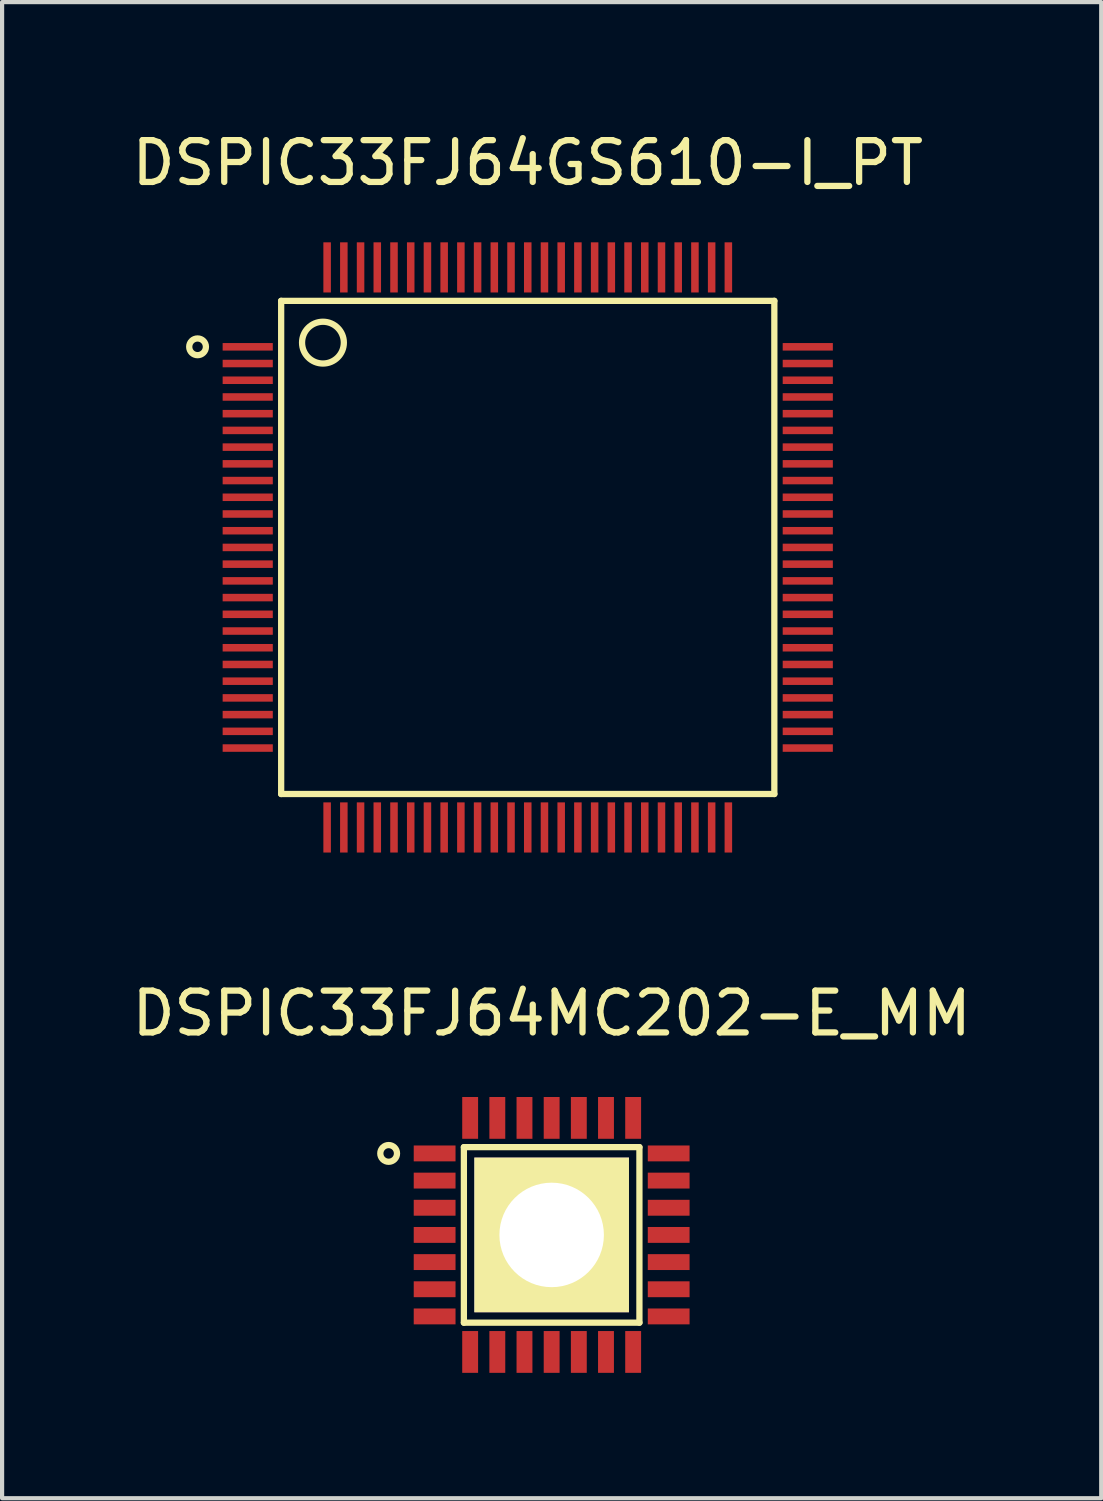
<source format=kicad_pcb>
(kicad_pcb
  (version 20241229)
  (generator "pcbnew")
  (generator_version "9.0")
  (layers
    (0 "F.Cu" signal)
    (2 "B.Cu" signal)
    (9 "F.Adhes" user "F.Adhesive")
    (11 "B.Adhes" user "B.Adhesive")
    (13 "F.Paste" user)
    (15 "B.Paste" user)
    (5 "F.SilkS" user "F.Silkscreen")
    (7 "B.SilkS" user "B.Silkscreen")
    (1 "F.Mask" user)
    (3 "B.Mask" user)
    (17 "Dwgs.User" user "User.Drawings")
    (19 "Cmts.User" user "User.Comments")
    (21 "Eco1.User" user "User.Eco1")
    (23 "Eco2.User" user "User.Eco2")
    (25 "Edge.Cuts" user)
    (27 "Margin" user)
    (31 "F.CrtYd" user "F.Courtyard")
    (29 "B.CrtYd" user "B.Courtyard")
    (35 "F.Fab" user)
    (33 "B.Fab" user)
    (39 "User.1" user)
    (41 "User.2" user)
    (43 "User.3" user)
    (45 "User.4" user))
  (footprint "DSPIC33FJ64MC202-E_MM"
    (layer "F.Cu")
    (at 7.349 23.697)
    (property "Reference" "DSPIC33FJ64MC202-E_MM" (at 2.8 -2.5 0) (layer "F.SilkS") (effects (font (size 1 1) (thickness 0.15))))
    (attr through_hole)
    (fp_line (start 0.7 0.7) (end 0.7 4.9) (stroke (width 0.15) (type solid)) (layer "F.SilkS"))
    (fp_line (start 0.7 0.7) (end 4.9 0.7) (stroke (width 0.15) (type solid)) (layer "F.SilkS"))
    (fp_line (start 0.7 4.9) (end 4.9 4.9) (stroke (width 0.15) (type solid)) (layer "F.SilkS"))
    (fp_line (start 4.9 4.9) (end 4.9 0.7) (stroke (width 0.15) (type solid)) (layer "F.SilkS"))
    (fp_circle (center -1.1 0.85) (end -1.1 0.65) (stroke (width 0.15) (type solid)) (fill no) (layer "F.SilkS"))
    (fp_circle (center 1.7 1.7) (end 1.7 1.2) (stroke (width 0.15) (type solid)) (fill no) (layer "F.SilkS"))
    (pad "1" smd rect (at 0 0.85) (size 1 0.38) (layers "F.Cu" "F.Mask" "F.Paste"))
    (pad "2" smd rect (at 0 1.5) (size 1 0.38) (layers "F.Cu" "F.Mask" "F.Paste"))
    (pad "3" smd rect (at 0 2.15) (size 1 0.38) (layers "F.Cu" "F.Mask" "F.Paste"))
    (pad "4" smd rect (at 0 2.8) (size 1 0.38) (layers "F.Cu" "F.Mask" "F.Paste"))
    (pad "5" smd rect (at 0 3.45) (size 1 0.38) (layers "F.Cu" "F.Mask" "F.Paste"))
    (pad "6" smd rect (at 0 4.1) (size 1 0.38) (layers "F.Cu" "F.Mask" "F.Paste"))
    (pad "7" smd rect (at 0 4.75) (size 1 0.38) (layers "F.Cu" "F.Mask" "F.Paste"))
    (pad "8" smd rect (at 0.85 5.6) (size 0.38 1) (layers "F.Cu" "F.Mask" "F.Paste"))
    (pad "9" smd rect (at 1.5 5.6) (size 0.38 1) (layers "F.Cu" "F.Mask" "F.Paste"))
    (pad "10" smd rect (at 2.15 5.6) (size 0.38 1) (layers "F.Cu" "F.Mask" "F.Paste"))
    (pad "11" smd rect (at 2.8 5.6) (size 0.38 1) (layers "F.Cu" "F.Mask" "F.Paste"))
    (pad "12" smd rect (at 3.45 5.6) (size 0.38 1) (layers "F.Cu" "F.Mask" "F.Paste"))
    (pad "13" smd rect (at 4.1 5.6) (size 0.38 1) (layers "F.Cu" "F.Mask" "F.Paste"))
    (pad "14" smd rect (at 4.75 5.6) (size 0.38 1) (layers "F.Cu" "F.Mask" "F.Paste"))
    (pad "15" smd rect (at 5.6 4.75) (size 1 0.38) (layers "F.Cu" "F.Mask" "F.Paste"))
    (pad "16" smd rect (at 5.6 4.1) (size 1 0.38) (layers "F.Cu" "F.Mask" "F.Paste"))
    (pad "17" smd rect (at 5.6 3.45) (size 1 0.38) (layers "F.Cu" "F.Mask" "F.Paste"))
    (pad "18" smd rect (at 5.6 2.8) (size 1 0.38) (layers "F.Cu" "F.Mask" "F.Paste"))
    (pad "19" smd rect (at 5.6 2.15) (size 1 0.38) (layers "F.Cu" "F.Mask" "F.Paste"))
    (pad "20" smd rect (at 5.6 1.5) (size 1 0.38) (layers "F.Cu" "F.Mask" "F.Paste"))
    (pad "21" smd rect (at 5.6 0.85) (size 1 0.38) (layers "F.Cu" "F.Mask" "F.Paste"))
    (pad "22" smd rect (at 4.75 0) (size 0.38 1) (layers "F.Cu" "F.Mask" "F.Paste"))
    (pad "23" smd rect (at 4.1 0) (size 0.38 1) (layers "F.Cu" "F.Mask" "F.Paste"))
    (pad "24" smd rect (at 3.45 0) (size 0.38 1) (layers "F.Cu" "F.Mask" "F.Paste"))
    (pad "25" smd rect (at 2.8 0) (size 0.38 1) (layers "F.Cu" "F.Mask" "F.Paste"))
    (pad "26" smd rect (at 2.15 0) (size 0.38 1) (layers "F.Cu" "F.Mask" "F.Paste"))
    (pad "27" smd rect (at 1.5 0) (size 0.38 1) (layers "F.Cu" "F.Mask" "F.Paste"))
    (pad "28" smd rect (at 0.85 0) (size 0.38 1) (layers "F.Cu" "F.Mask" "F.Paste"))
    (pad "999" thru_hole rect (at 2.8 2.8) (size 3.7 3.7) (drill 2.5) (layers "*.Cu" "*.Mask" "F.SilkS")))
  (footprint "DSPIC33FJ64GS610-I_PT"
    (layer "F.Cu")
    (at 2.877 3.348)
    (property "Reference" "DSPIC33FJ64GS610-I_PT" (at 6.7 -2.5 0) (layer "F.SilkS") (effects (font (size 1 1) (thickness 0.15))))
    (attr through_hole)
    (fp_line (start 0.8 0.8) (end 0.8 12.6) (stroke (width 0.15) (type solid)) (layer "F.SilkS"))
    (fp_line (start 0.8 0.8) (end 12.6 0.8) (stroke (width 0.15) (type solid)) (layer "F.SilkS"))
    (fp_line (start 0.8 12.6) (end 12.6 12.6) (stroke (width 0.15) (type solid)) (layer "F.SilkS"))
    (fp_line (start 12.6 12.6) (end 12.6 0.8) (stroke (width 0.15) (type solid)) (layer "F.SilkS"))
    (fp_circle (center -1.2 1.9) (end -1.2 1.7) (stroke (width 0.15) (type solid)) (fill no) (layer "F.SilkS"))
    (fp_circle (center 1.8 1.8) (end 1.8 1.3) (stroke (width 0.15) (type solid)) (fill no) (layer "F.SilkS"))
    (pad "1" smd rect (at 0 1.9) (size 1.2 0.18) (layers "F.Cu" "F.Mask" "F.Paste"))
    (pad "2" smd rect (at 0 2.3) (size 1.2 0.18) (layers "F.Cu" "F.Mask" "F.Paste"))
    (pad "3" smd rect (at 0 2.7) (size 1.2 0.18) (layers "F.Cu" "F.Mask" "F.Paste"))
    (pad "4" smd rect (at 0 3.1) (size 1.2 0.18) (layers "F.Cu" "F.Mask" "F.Paste"))
    (pad "5" smd rect (at 0 3.5) (size 1.2 0.18) (layers "F.Cu" "F.Mask" "F.Paste"))
    (pad "6" smd rect (at 0 3.9) (size 1.2 0.18) (layers "F.Cu" "F.Mask" "F.Paste"))
    (pad "7" smd rect (at 0 4.3) (size 1.2 0.18) (layers "F.Cu" "F.Mask" "F.Paste"))
    (pad "8" smd rect (at 0 4.7) (size 1.2 0.18) (layers "F.Cu" "F.Mask" "F.Paste"))
    (pad "9" smd rect (at 0 5.1) (size 1.2 0.18) (layers "F.Cu" "F.Mask" "F.Paste"))
    (pad "10" smd rect (at 0 5.5) (size 1.2 0.18) (layers "F.Cu" "F.Mask" "F.Paste"))
    (pad "11" smd rect (at 0 5.9) (size 1.2 0.18) (layers "F.Cu" "F.Mask" "F.Paste"))
    (pad "12" smd rect (at 0 6.3) (size 1.2 0.18) (layers "F.Cu" "F.Mask" "F.Paste"))
    (pad "13" smd rect (at 0 6.7) (size 1.2 0.18) (layers "F.Cu" "F.Mask" "F.Paste"))
    (pad "14" smd rect (at 0 7.1) (size 1.2 0.18) (layers "F.Cu" "F.Mask" "F.Paste"))
    (pad "15" smd rect (at 0 7.5) (size 1.2 0.18) (layers "F.Cu" "F.Mask" "F.Paste"))
    (pad "16" smd rect (at 0 7.9) (size 1.2 0.18) (layers "F.Cu" "F.Mask" "F.Paste"))
    (pad "17" smd rect (at 0 8.3) (size 1.2 0.18) (layers "F.Cu" "F.Mask" "F.Paste"))
    (pad "18" smd rect (at 0 8.7) (size 1.2 0.18) (layers "F.Cu" "F.Mask" "F.Paste"))
    (pad "19" smd rect (at 0 9.1) (size 1.2 0.18) (layers "F.Cu" "F.Mask" "F.Paste"))
    (pad "20" smd rect (at 0 9.5) (size 1.2 0.18) (layers "F.Cu" "F.Mask" "F.Paste"))
    (pad "21" smd rect (at 0 9.9) (size 1.2 0.18) (layers "F.Cu" "F.Mask" "F.Paste"))
    (pad "22" smd rect (at 0 10.3) (size 1.2 0.18) (layers "F.Cu" "F.Mask" "F.Paste"))
    (pad "23" smd rect (at 0 10.7) (size 1.2 0.18) (layers "F.Cu" "F.Mask" "F.Paste"))
    (pad "24" smd rect (at 0 11.1) (size 1.2 0.18) (layers "F.Cu" "F.Mask" "F.Paste"))
    (pad "25" smd rect (at 0 11.5) (size 1.2 0.18) (layers "F.Cu" "F.Mask" "F.Paste"))
    (pad "26" smd rect (at 1.9 13.4) (size 0.18 1.2) (layers "F.Cu" "F.Mask" "F.Paste"))
    (pad "27" smd rect (at 2.3 13.4) (size 0.18 1.2) (layers "F.Cu" "F.Mask" "F.Paste"))
    (pad "28" smd rect (at 2.7 13.4) (size 0.18 1.2) (layers "F.Cu" "F.Mask" "F.Paste"))
    (pad "29" smd rect (at 3.1 13.4) (size 0.18 1.2) (layers "F.Cu" "F.Mask" "F.Paste"))
    (pad "30" smd rect (at 3.5 13.4) (size 0.18 1.2) (layers "F.Cu" "F.Mask" "F.Paste"))
    (pad "31" smd rect (at 3.9 13.4) (size 0.18 1.2) (layers "F.Cu" "F.Mask" "F.Paste"))
    (pad "32" smd rect (at 4.3 13.4) (size 0.18 1.2) (layers "F.Cu" "F.Mask" "F.Paste"))
    (pad "33" smd rect (at 4.7 13.4) (size 0.18 1.2) (layers "F.Cu" "F.Mask" "F.Paste"))
    (pad "34" smd rect (at 5.1 13.4) (size 0.18 1.2) (layers "F.Cu" "F.Mask" "F.Paste"))
    (pad "35" smd rect (at 5.5 13.4) (size 0.18 1.2) (layers "F.Cu" "F.Mask" "F.Paste"))
    (pad "36" smd rect (at 5.9 13.4) (size 0.18 1.2) (layers "F.Cu" "F.Mask" "F.Paste"))
    (pad "37" smd rect (at 6.3 13.4) (size 0.18 1.2) (layers "F.Cu" "F.Mask" "F.Paste"))
    (pad "38" smd rect (at 6.7 13.4) (size 0.18 1.2) (layers "F.Cu" "F.Mask" "F.Paste"))
    (pad "39" smd rect (at 7.1 13.4) (size 0.18 1.2) (layers "F.Cu" "F.Mask" "F.Paste"))
    (pad "40" smd rect (at 7.5 13.4) (size 0.18 1.2) (layers "F.Cu" "F.Mask" "F.Paste"))
    (pad "41" smd rect (at 7.9 13.4) (size 0.18 1.2) (layers "F.Cu" "F.Mask" "F.Paste"))
    (pad "42" smd rect (at 8.3 13.4) (size 0.18 1.2) (layers "F.Cu" "F.Mask" "F.Paste"))
    (pad "43" smd rect (at 8.7 13.4) (size 0.18 1.2) (layers "F.Cu" "F.Mask" "F.Paste"))
    (pad "44" smd rect (at 9.1 13.4) (size 0.18 1.2) (layers "F.Cu" "F.Mask" "F.Paste"))
    (pad "45" smd rect (at 9.5 13.4) (size 0.18 1.2) (layers "F.Cu" "F.Mask" "F.Paste"))
    (pad "46" smd rect (at 9.9 13.4) (size 0.18 1.2) (layers "F.Cu" "F.Mask" "F.Paste"))
    (pad "47" smd rect (at 10.3 13.4) (size 0.18 1.2) (layers "F.Cu" "F.Mask" "F.Paste"))
    (pad "48" smd rect (at 10.7 13.4) (size 0.18 1.2) (layers "F.Cu" "F.Mask" "F.Paste"))
    (pad "49" smd rect (at 11.1 13.4) (size 0.18 1.2) (layers "F.Cu" "F.Mask" "F.Paste"))
    (pad "50" smd rect (at 11.5 13.4) (size 0.18 1.2) (layers "F.Cu" "F.Mask" "F.Paste"))
    (pad "51" smd rect (at 13.4 11.5) (size 1.2 0.18) (layers "F.Cu" "F.Mask" "F.Paste"))
    (pad "52" smd rect (at 13.4 11.1) (size 1.2 0.18) (layers "F.Cu" "F.Mask" "F.Paste"))
    (pad "53" smd rect (at 13.4 10.7) (size 1.2 0.18) (layers "F.Cu" "F.Mask" "F.Paste"))
    (pad "54" smd rect (at 13.4 10.3) (size 1.2 0.18) (layers "F.Cu" "F.Mask" "F.Paste"))
    (pad "55" smd rect (at 13.4 9.9) (size 1.2 0.18) (layers "F.Cu" "F.Mask" "F.Paste"))
    (pad "56" smd rect (at 13.4 9.5) (size 1.2 0.18) (layers "F.Cu" "F.Mask" "F.Paste"))
    (pad "57" smd rect (at 13.4 9.1) (size 1.2 0.18) (layers "F.Cu" "F.Mask" "F.Paste"))
    (pad "58" smd rect (at 13.4 8.7) (size 1.2 0.18) (layers "F.Cu" "F.Mask" "F.Paste"))
    (pad "59" smd rect (at 13.4 8.3) (size 1.2 0.18) (layers "F.Cu" "F.Mask" "F.Paste"))
    (pad "60" smd rect (at 13.4 7.9) (size 1.2 0.18) (layers "F.Cu" "F.Mask" "F.Paste"))
    (pad "61" smd rect (at 13.4 7.5) (size 1.2 0.18) (layers "F.Cu" "F.Mask" "F.Paste"))
    (pad "62" smd rect (at 13.4 7.1) (size 1.2 0.18) (layers "F.Cu" "F.Mask" "F.Paste"))
    (pad "63" smd rect (at 13.4 6.7) (size 1.2 0.18) (layers "F.Cu" "F.Mask" "F.Paste"))
    (pad "64" smd rect (at 13.4 6.3) (size 1.2 0.18) (layers "F.Cu" "F.Mask" "F.Paste"))
    (pad "65" smd rect (at 13.4 5.9) (size 1.2 0.18) (layers "F.Cu" "F.Mask" "F.Paste"))
    (pad "66" smd rect (at 13.4 5.5) (size 1.2 0.18) (layers "F.Cu" "F.Mask" "F.Paste"))
    (pad "67" smd rect (at 13.4 5.1) (size 1.2 0.18) (layers "F.Cu" "F.Mask" "F.Paste"))
    (pad "68" smd rect (at 13.4 4.7) (size 1.2 0.18) (layers "F.Cu" "F.Mask" "F.Paste"))
    (pad "69" smd rect (at 13.4 4.3) (size 1.2 0.18) (layers "F.Cu" "F.Mask" "F.Paste"))
    (pad "70" smd rect (at 13.4 3.9) (size 1.2 0.18) (layers "F.Cu" "F.Mask" "F.Paste"))
    (pad "71" smd rect (at 13.4 3.5) (size 1.2 0.18) (layers "F.Cu" "F.Mask" "F.Paste"))
    (pad "72" smd rect (at 13.4 3.1) (size 1.2 0.18) (layers "F.Cu" "F.Mask" "F.Paste"))
    (pad "73" smd rect (at 13.4 2.7) (size 1.2 0.18) (layers "F.Cu" "F.Mask" "F.Paste"))
    (pad "74" smd rect (at 13.4 2.3) (size 1.2 0.18) (layers "F.Cu" "F.Mask" "F.Paste"))
    (pad "75" smd rect (at 13.4 1.9) (size 1.2 0.18) (layers "F.Cu" "F.Mask" "F.Paste"))
    (pad "76" smd rect (at 11.5 0) (size 0.18 1.2) (layers "F.Cu" "F.Mask" "F.Paste"))
    (pad "77" smd rect (at 11.1 0) (size 0.18 1.2) (layers "F.Cu" "F.Mask" "F.Paste"))
    (pad "78" smd rect (at 10.7 0) (size 0.18 1.2) (layers "F.Cu" "F.Mask" "F.Paste"))
    (pad "79" smd rect (at 10.3 0) (size 0.18 1.2) (layers "F.Cu" "F.Mask" "F.Paste"))
    (pad "80" smd rect (at 9.9 0) (size 0.18 1.2) (layers "F.Cu" "F.Mask" "F.Paste"))
    (pad "81" smd rect (at 9.5 0) (size 0.18 1.2) (layers "F.Cu" "F.Mask" "F.Paste"))
    (pad "82" smd rect (at 9.1 0) (size 0.18 1.2) (layers "F.Cu" "F.Mask" "F.Paste"))
    (pad "83" smd rect (at 8.7 0) (size 0.18 1.2) (layers "F.Cu" "F.Mask" "F.Paste"))
    (pad "84" smd rect (at 8.3 0) (size 0.18 1.2) (layers "F.Cu" "F.Mask" "F.Paste"))
    (pad "85" smd rect (at 7.9 0) (size 0.18 1.2) (layers "F.Cu" "F.Mask" "F.Paste"))
    (pad "86" smd rect (at 7.5 0) (size 0.18 1.2) (layers "F.Cu" "F.Mask" "F.Paste"))
    (pad "87" smd rect (at 7.1 0) (size 0.18 1.2) (layers "F.Cu" "F.Mask" "F.Paste"))
    (pad "88" smd rect (at 6.7 0) (size 0.18 1.2) (layers "F.Cu" "F.Mask" "F.Paste"))
    (pad "89" smd rect (at 6.3 0) (size 0.18 1.2) (layers "F.Cu" "F.Mask" "F.Paste"))
    (pad "90" smd rect (at 5.9 0) (size 0.18 1.2) (layers "F.Cu" "F.Mask" "F.Paste"))
    (pad "91" smd rect (at 5.5 0) (size 0.18 1.2) (layers "F.Cu" "F.Mask" "F.Paste"))
    (pad "92" smd rect (at 5.1 0) (size 0.18 1.2) (layers "F.Cu" "F.Mask" "F.Paste"))
    (pad "93" smd rect (at 4.7 0) (size 0.18 1.2) (layers "F.Cu" "F.Mask" "F.Paste"))
    (pad "94" smd rect (at 4.3 0) (size 0.18 1.2) (layers "F.Cu" "F.Mask" "F.Paste"))
    (pad "95" smd rect (at 3.9 0) (size 0.18 1.2) (layers "F.Cu" "F.Mask" "F.Paste"))
    (pad "96" smd rect (at 3.5 0) (size 0.18 1.2) (layers "F.Cu" "F.Mask" "F.Paste"))
    (pad "97" smd rect (at 3.1 0) (size 0.18 1.2) (layers "F.Cu" "F.Mask" "F.Paste"))
    (pad "98" smd rect (at 2.7 0) (size 0.18 1.2) (layers "F.Cu" "F.Mask" "F.Paste"))
    (pad "99" smd rect (at 2.3 0) (size 0.18 1.2) (layers "F.Cu" "F.Mask" "F.Paste"))
    (pad "100" smd rect (at 1.9 0) (size 0.18 1.2) (layers "F.Cu" "F.Mask" "F.Paste")))
  (gr_rect
    (start -3 -3)
    (end 23.298 32.797)
    (stroke (width 0.1) (type default))
    (fill no)
    (layer "Edge.Cuts")))
</source>
